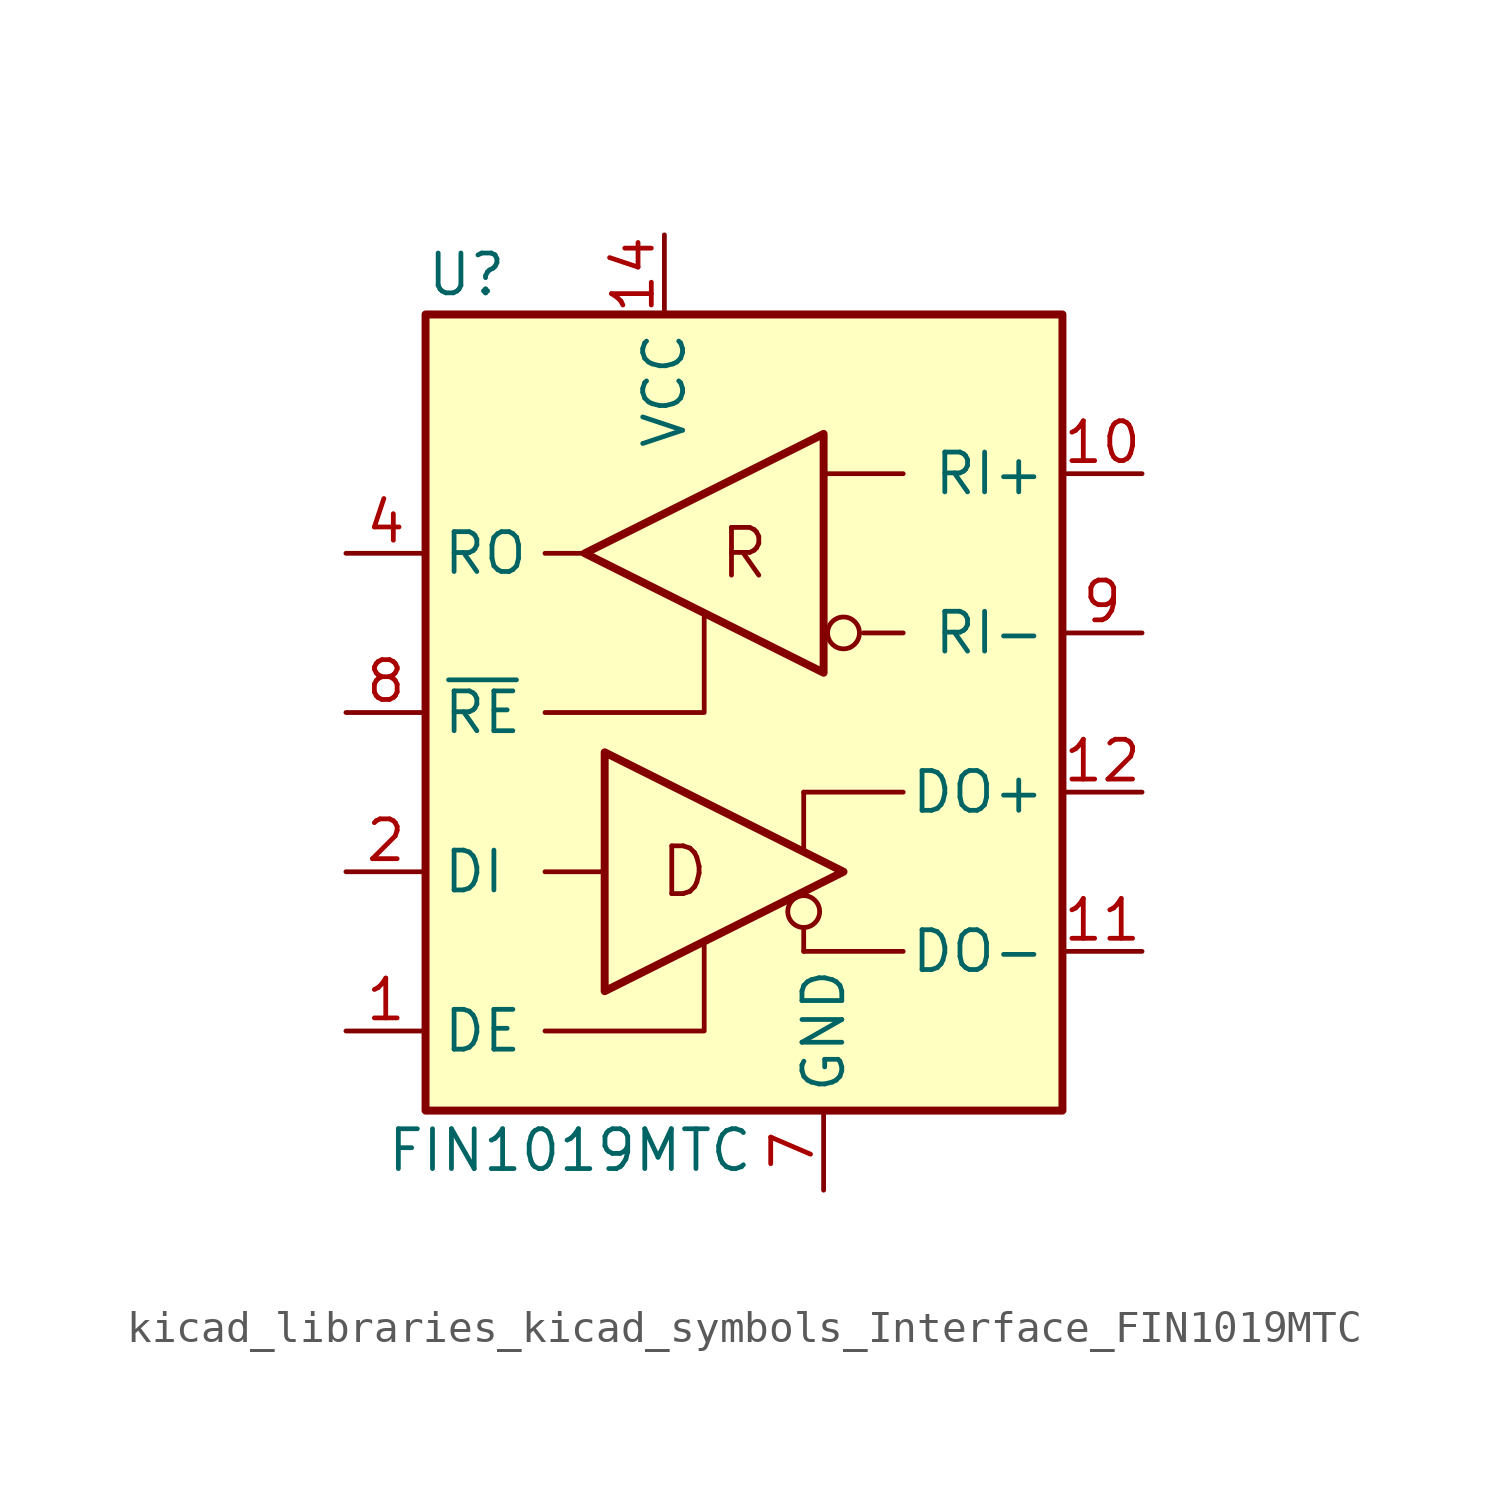
<source format=kicad_sym>
(kicad_symbol_lib
  (version 20220914)
  (generator kicad_symbol_editor)
  (symbol "kicad_libraries_kicad_symbols_Interface_FIN1019MTC"
    (property "Reference" "U"
      (at -10.16 13.97 0)
      (effects (font (size 1.27 1.27)) (justify left)))
    (property "Value" "FIN1019MTC"
      (at -11.43 -13.97 0)
      (effects (font (size 1.27 1.27)) (justify left)))
    (symbol "kicad_libraries_kicad_symbols_Interface_FIN1019MTC_0_0"
      (rectangle (start -10.16 12.7) (end 10.16 -12.7) (stroke (width 0.254) (type default)) (fill (type background)))
      (polyline (pts (xy 1.905 -6.858) (xy 1.905 -7.62)) (stroke (width 0) (type default)) (fill (type none)))
      (polyline (pts (xy 1.905 -4.445) (xy 1.905 -2.54)) (stroke (width 0) (type default)) (fill (type none)))
      (circle (center 1.905 -6.35) (radius 0.508) (stroke (width 0) (type default)) (fill (type none)))
      (circle (center 3.175 2.54) (radius 0.508) (stroke (width 0) (type default)) (fill (type none)))
      (text "D" (at -1.905 -5.08 0) (effects (font (size 1.524 1.524))))
      (text "R" (at 0 5.08 0) (effects (font (size 1.524 1.524)))))
    (symbol "kicad_libraries_kicad_symbols_Interface_FIN1019MTC_0_1"
      (polyline (pts (xy -6.35 -5.08) (xy -4.445 -5.08)) (stroke (width 0) (type default)) (fill (type none)))
      (polyline (pts (xy -6.35 5.08) (xy -5.08 5.08)) (stroke (width 0) (type default)) (fill (type none)))
      (polyline (pts (xy 1.905 -7.62) (xy 5.08 -7.62)) (stroke (width 0) (type default)) (fill (type none)))
      (polyline (pts (xy 2.54 7.62) (xy 5.08 7.62)) (stroke (width 0) (type default)) (fill (type none)))
      (polyline (pts (xy 5.08 -2.54) (xy 1.905 -2.54)) (stroke (width 0) (type default)) (fill (type none)))
      (polyline (pts (xy 5.08 2.54) (xy 3.81 2.54)) (stroke (width 0) (type default)) (fill (type none)))
      (polyline (pts (xy -6.35 -10.16) (xy -1.27 -10.16) (xy -1.27 -7.366)) (stroke (width 0) (type default)) (fill (type none)))
      (polyline (pts (xy -6.35 0) (xy -1.27 0) (xy -1.27 3.048)) (stroke (width 0) (type default)) (fill (type none)))
      (polyline (pts (xy -4.445 -8.89) (xy -4.445 -1.27) (xy 3.175 -5.08) (xy -4.445 -8.89)) (stroke (width 0.254) (type default)) (fill (type none)))
      (polyline (pts (xy 2.54 8.89) (xy 2.54 1.27) (xy -5.08 5.08) (xy 2.54 8.89)) (stroke (width 0.254) (type default)) (fill (type none))))
    (symbol "kicad_libraries_kicad_symbols_Interface_FIN1019MTC_1_1"
      (pin input line (at -12.7 -10.16 0) (length 2.54) (name "DE" (effects (font (size 1.27 1.27)))) (number "1" (effects (font (size 1.27 1.27)))))
      (pin input line (at 12.7 7.62 180) (length 2.54) (name "RI+" (effects (font (size 1.27 1.27)))) (number "10" (effects (font (size 1.27 1.27)))))
      (pin tri_state line (at 12.7 -7.62 180) (length 2.54) (name "DO-" (effects (font (size 1.27 1.27)))) (number "11" (effects (font (size 1.27 1.27)))))
      (pin tri_state line (at 12.7 -2.54 180) (length 2.54) (name "DO+" (effects (font (size 1.27 1.27)))) (number "12" (effects (font (size 1.27 1.27)))))
      (pin no_connect line (at 7.62 12.7 270) (length 2.54) hide (name "NC" (effects (font (size 1.27 1.27)))) (number "13" (effects (font (size 1.27 1.27)))))
      (pin power_in line (at -2.54 15.24 270) (length 2.54) (name "VCC" (effects (font (size 1.27 1.27)))) (number "14" (effects (font (size 1.27 1.27)))))
      (pin input line (at -12.7 -5.08 0) (length 2.54) (name "DI" (effects (font (size 1.27 1.27)))) (number "2" (effects (font (size 1.27 1.27)))))
      (pin no_connect line (at 0 12.7 270) (length 2.54) hide (name "NC" (effects (font (size 1.27 1.27)))) (number "3" (effects (font (size 1.27 1.27)))))
      (pin tri_state line (at -12.7 5.08 0) (length 2.54) (name "RO" (effects (font (size 1.27 1.27)))) (number "4" (effects (font (size 1.27 1.27)))))
      (pin no_connect line (at 2.54 12.7 270) (length 2.54) hide (name "NC" (effects (font (size 1.27 1.27)))) (number "5" (effects (font (size 1.27 1.27)))))
      (pin no_connect line (at 5.08 12.7 270) (length 2.54) hide (name "NC" (effects (font (size 1.27 1.27)))) (number "6" (effects (font (size 1.27 1.27)))))
      (pin power_in line (at 2.54 -15.24 90) (length 2.54) (name "GND" (effects (font (size 1.27 1.27)))) (number "7" (effects (font (size 1.27 1.27)))))
      (pin input line (at -12.7 0 0) (length 2.54) (name "~{RE}" (effects (font (size 1.27 1.27)))) (number "8" (effects (font (size 1.27 1.27)))))
      (pin input line (at 12.7 2.54 180) (length 2.54) (name "RI-" (effects (font (size 1.27 1.27)))) (number "9" (effects (font (size 1.27 1.27))))))))
</source>
